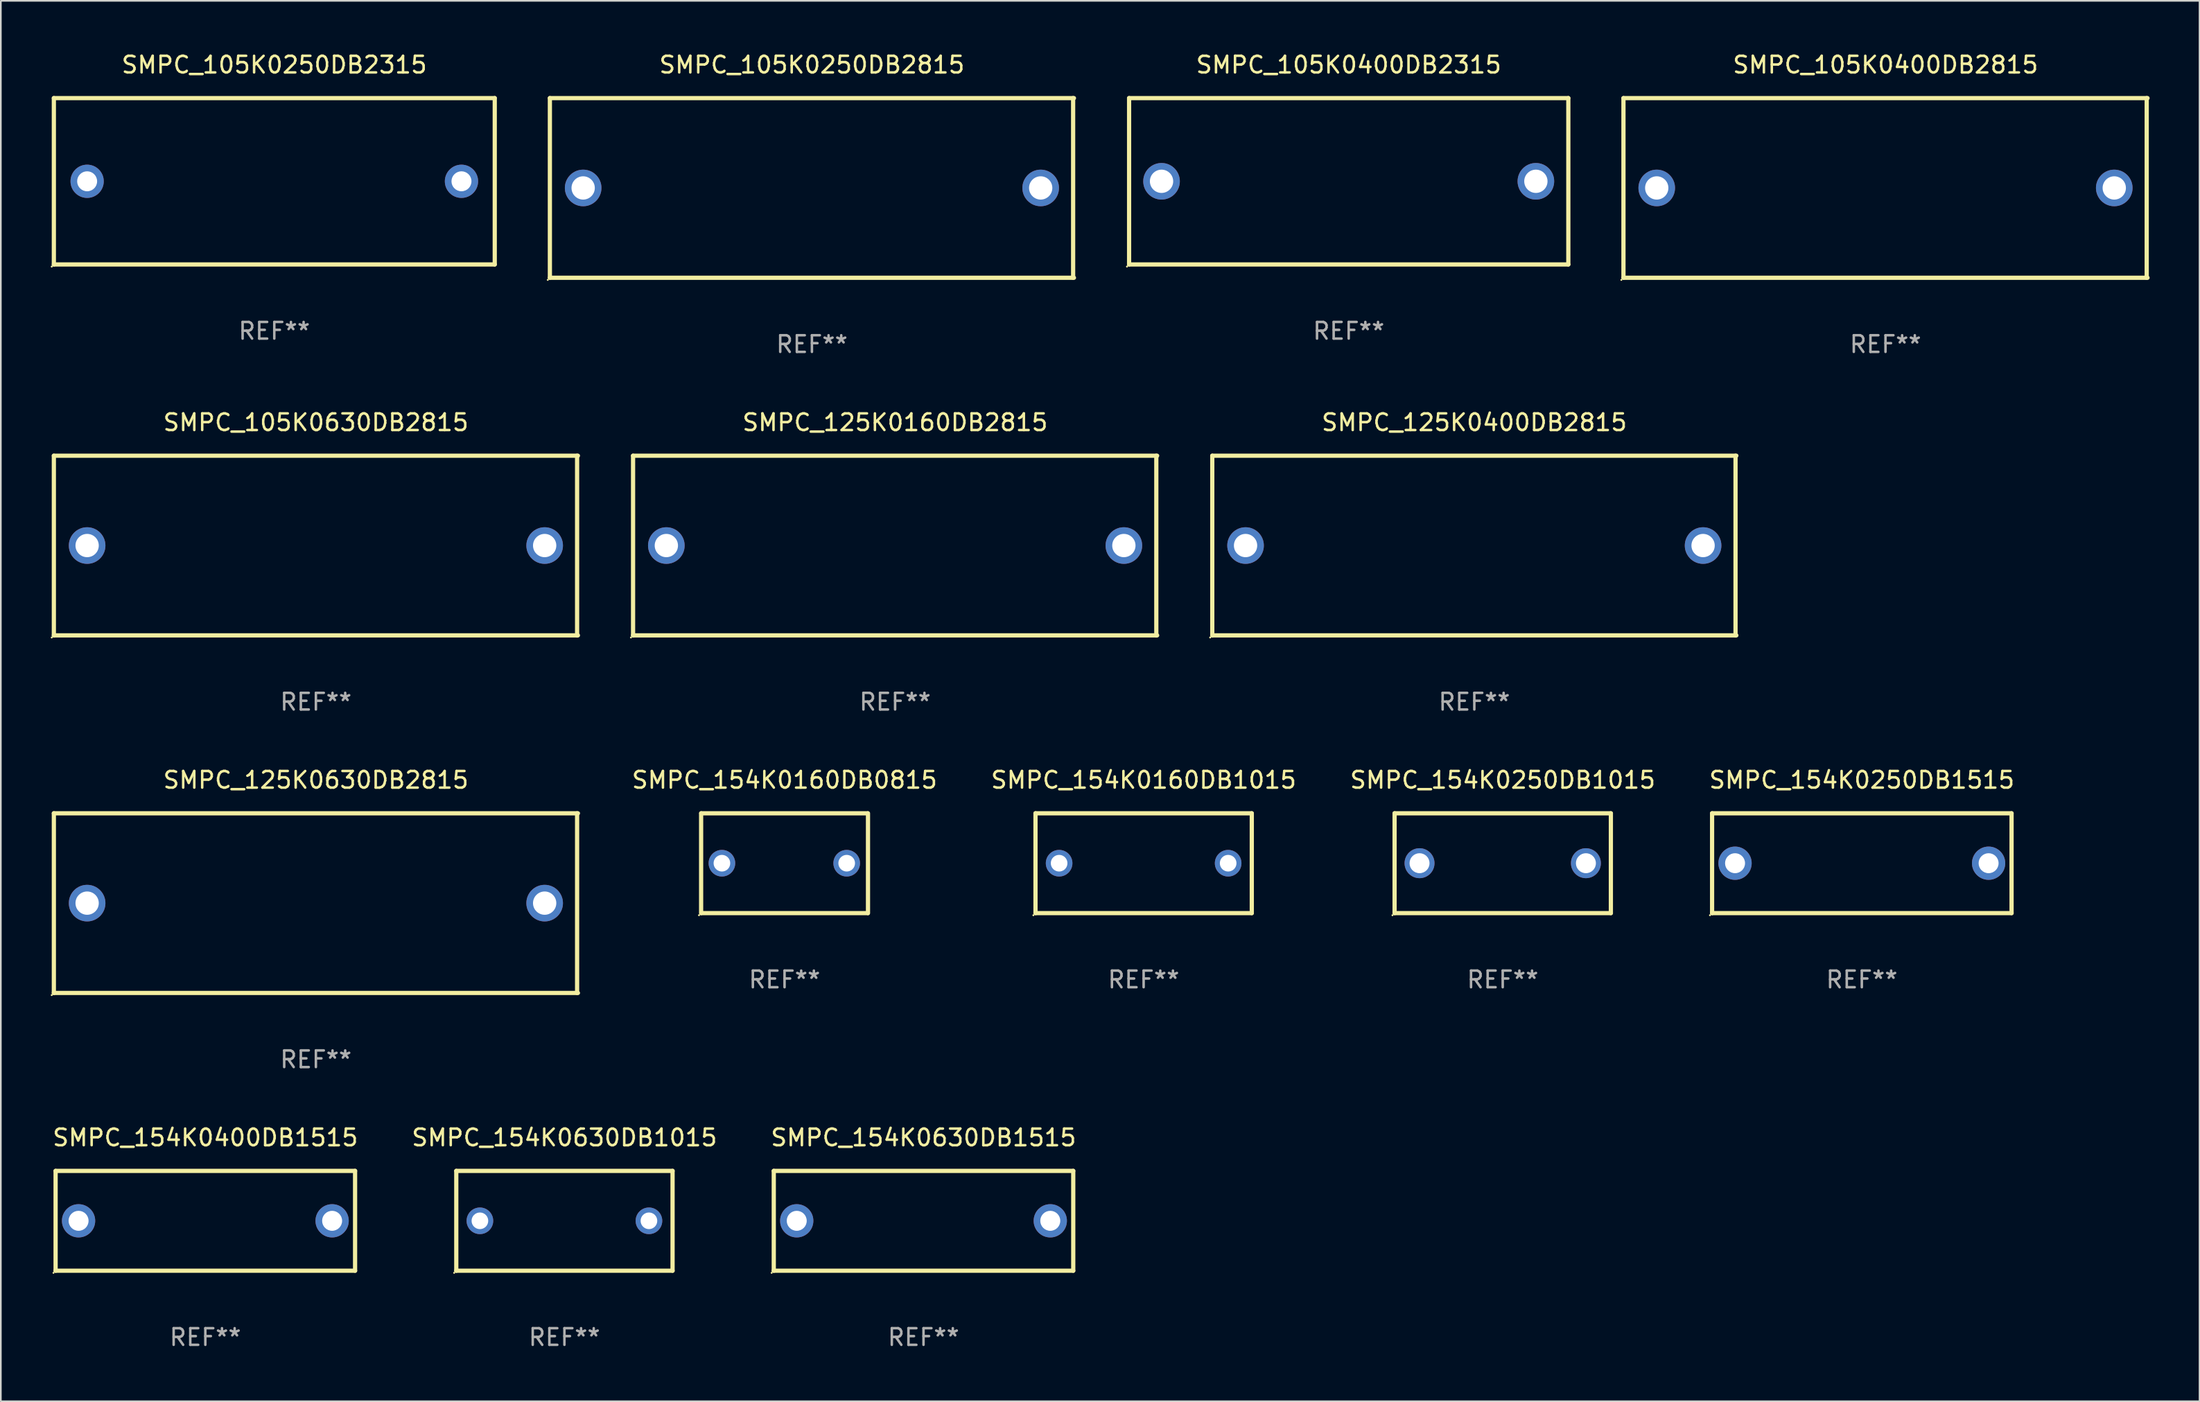
<source format=kicad_pcb>
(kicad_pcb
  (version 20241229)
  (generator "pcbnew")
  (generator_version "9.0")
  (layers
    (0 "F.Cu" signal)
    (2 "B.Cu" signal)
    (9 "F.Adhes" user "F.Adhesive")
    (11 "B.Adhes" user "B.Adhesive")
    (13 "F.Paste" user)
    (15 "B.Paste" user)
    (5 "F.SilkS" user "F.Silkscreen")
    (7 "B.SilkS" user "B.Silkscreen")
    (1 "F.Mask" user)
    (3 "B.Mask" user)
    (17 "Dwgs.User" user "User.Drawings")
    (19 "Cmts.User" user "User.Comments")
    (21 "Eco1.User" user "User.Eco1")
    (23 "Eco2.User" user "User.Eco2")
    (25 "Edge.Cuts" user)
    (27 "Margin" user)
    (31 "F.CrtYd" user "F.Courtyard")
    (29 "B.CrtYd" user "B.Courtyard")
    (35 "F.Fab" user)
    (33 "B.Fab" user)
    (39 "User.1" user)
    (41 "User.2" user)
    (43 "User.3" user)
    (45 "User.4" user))
  (footprint "SMPC_154K0400DB1515"
    (layer "F.Cu")
    (at 9.292 70.338)
    (property "Reference" "SMPC_154K0400DB1515" (at 0 -5 0) (layer "F.SilkS") (effects (font (size 1 1) (thickness 0.15))))
    (attr through_hole)
    (fp_line (start -9 -3) (end 9 -3) (stroke (width 0.254) (type solid)) (layer "F.SilkS"))
    (fp_line (start -9 3) (end -9 -3) (stroke (width 0.254) (type solid)) (layer "F.SilkS"))
    (fp_line (start 9 -3) (end 9 3) (stroke (width 0.254) (type solid)) (layer "F.SilkS"))
    (fp_line (start 9 3) (end -9 3) (stroke (width 0.254) (type solid)) (layer "F.SilkS"))
    (fp_circle (center -9.127 3.127) (end -9.097 3.127) (stroke (width 0.06) (type solid)) (fill no) (layer "F.SilkS"))
    (fp_text user "REF**" (at 0 7 0) (layer "F.Fab") (effects (font (size 1 1) (thickness 0.15))))
    (pad "1" thru_hole circle (at -7.62 0) (size 2 2) (drill 1.2) (layers "*.Cu" "*.Mask"))
    (pad "2" thru_hole circle (at 7.62 0) (size 2 2) (drill 1.2) (layers "*.Cu" "*.Mask")))
  (footprint "SMPC_105K0250DB2815"
    (layer "F.Cu")
    (at 45.751 8.248)
    (property "Reference" "SMPC_105K0250DB2815" (at 0 -7.4 0) (layer "F.SilkS") (effects (font (size 1 1) (thickness 0.15))))
    (attr through_hole)
    (fp_line (start -15.75 -5.4) (end 15.75 -5.4) (stroke (width 0.254) (type solid)) (layer "F.SilkS"))
    (fp_line (start -15.75 5.4) (end -15.75 -5.4) (stroke (width 0.254) (type solid)) (layer "F.SilkS"))
    (fp_line (start 15.7 -5.4) (end 15.7 5.4) (stroke (width 0.254) (type solid)) (layer "F.SilkS"))
    (fp_line (start 15.75 5.4) (end -15.75 5.4) (stroke (width 0.254) (type solid)) (layer "F.SilkS"))
    (fp_circle (center -15.877 5.527) (end -15.847 5.527) (stroke (width 0.06) (type solid)) (fill no) (layer "F.SilkS"))
    (fp_text user "REF**" (at 0 9.4 0) (layer "F.Fab") (effects (font (size 1 1) (thickness 0.15))))
    (pad "1" thru_hole circle (at -13.75 0) (size 2.2 2.2) (drill 1.4) (layers "*.Cu" "*.Mask"))
    (pad "2" thru_hole circle (at 13.75 0) (size 2.2 2.2) (drill 1.4) (layers "*.Cu" "*.Mask")))
  (footprint "SMPC_125K0160DB2815"
    (layer "F.Cu")
    (at 50.751 29.745)
    (property "Reference" "SMPC_125K0160DB2815" (at 0 -7.4 0) (layer "F.SilkS") (effects (font (size 1 1) (thickness 0.15))))
    (attr through_hole)
    (fp_line (start -15.75 -5.4) (end 15.75 -5.4) (stroke (width 0.254) (type solid)) (layer "F.SilkS"))
    (fp_line (start -15.75 5.4) (end -15.75 -5.4) (stroke (width 0.254) (type solid)) (layer "F.SilkS"))
    (fp_line (start 15.7 -5.4) (end 15.7 5.4) (stroke (width 0.254) (type solid)) (layer "F.SilkS"))
    (fp_line (start 15.75 5.4) (end -15.75 5.4) (stroke (width 0.254) (type solid)) (layer "F.SilkS"))
    (fp_circle (center -15.877 5.527) (end -15.847 5.527) (stroke (width 0.06) (type solid)) (fill no) (layer "F.SilkS"))
    (fp_text user "REF**" (at 0 9.4 0) (layer "F.Fab") (effects (font (size 1 1) (thickness 0.15))))
    (pad "1" thru_hole circle (at -13.75 0) (size 2.2 2.2) (drill 1.4) (layers "*.Cu" "*.Mask"))
    (pad "2" thru_hole circle (at 13.75 0) (size 2.2 2.2) (drill 1.4) (layers "*.Cu" "*.Mask")))
  (footprint "SMPC_125K0400DB2815"
    (layer "F.Cu")
    (at 85.565 29.745)
    (property "Reference" "SMPC_125K0400DB2815" (at 0 -7.4 0) (layer "F.SilkS") (effects (font (size 1 1) (thickness 0.15))))
    (attr through_hole)
    (fp_line (start -15.75 -5.4) (end 15.75 -5.4) (stroke (width 0.254) (type solid)) (layer "F.SilkS"))
    (fp_line (start -15.75 5.4) (end -15.75 -5.4) (stroke (width 0.254) (type solid)) (layer "F.SilkS"))
    (fp_line (start 15.7 -5.4) (end 15.7 5.4) (stroke (width 0.254) (type solid)) (layer "F.SilkS"))
    (fp_line (start 15.75 5.4) (end -15.75 5.4) (stroke (width 0.254) (type solid)) (layer "F.SilkS"))
    (fp_circle (center -15.877 5.527) (end -15.847 5.527) (stroke (width 0.06) (type solid)) (fill no) (layer "F.SilkS"))
    (fp_text user "REF**" (at 0 9.4 0) (layer "F.Fab") (effects (font (size 1 1) (thickness 0.15))))
    (pad "1" thru_hole circle (at -13.75 0) (size 2.2 2.2) (drill 1.4) (layers "*.Cu" "*.Mask"))
    (pad "2" thru_hole circle (at 13.75 0) (size 2.2 2.2) (drill 1.4) (layers "*.Cu" "*.Mask")))
  (footprint "SMPC_105K0630DB2815"
    (layer "F.Cu")
    (at 15.937 29.745)
    (property "Reference" "SMPC_105K0630DB2815" (at 0 -7.4 0) (layer "F.SilkS") (effects (font (size 1 1) (thickness 0.15))))
    (attr through_hole)
    (fp_line (start -15.75 -5.4) (end 15.75 -5.4) (stroke (width 0.254) (type solid)) (layer "F.SilkS"))
    (fp_line (start -15.75 5.4) (end -15.75 -5.4) (stroke (width 0.254) (type solid)) (layer "F.SilkS"))
    (fp_line (start 15.7 -5.4) (end 15.7 5.4) (stroke (width 0.254) (type solid)) (layer "F.SilkS"))
    (fp_line (start 15.75 5.4) (end -15.75 5.4) (stroke (width 0.254) (type solid)) (layer "F.SilkS"))
    (fp_circle (center -15.877 5.527) (end -15.847 5.527) (stroke (width 0.06) (type solid)) (fill no) (layer "F.SilkS"))
    (fp_text user "REF**" (at 0 9.4 0) (layer "F.Fab") (effects (font (size 1 1) (thickness 0.15))))
    (pad "1" thru_hole circle (at -13.75 0) (size 2.2 2.2) (drill 1.4) (layers "*.Cu" "*.Mask"))
    (pad "2" thru_hole circle (at 13.75 0) (size 2.2 2.2) (drill 1.4) (layers "*.Cu" "*.Mask")))
  (footprint "SMPC_105K0400DB2315"
    (layer "F.Cu")
    (at 78.015 7.848)
    (property "Reference" "SMPC_105K0400DB2315" (at 0 -7 0) (layer "F.SilkS") (effects (font (size 1 1) (thickness 0.15))))
    (attr through_hole)
    (fp_line (start -13.2 -5) (end 13.2 -5) (stroke (width 0.254) (type solid)) (layer "F.SilkS"))
    (fp_line (start -13.2 5) (end -13.2 -5) (stroke (width 0.254) (type solid)) (layer "F.SilkS"))
    (fp_line (start 13.2 -5) (end 13.2 5) (stroke (width 0.254) (type solid)) (layer "F.SilkS"))
    (fp_line (start 13.2 5) (end -13.2 5) (stroke (width 0.254) (type solid)) (layer "F.SilkS"))
    (fp_circle (center -13.327 5.127) (end -13.297 5.127) (stroke (width 0.06) (type solid)) (fill no) (layer "F.SilkS"))
    (fp_text user "REF**" (at 0 9 0) (layer "F.Fab") (effects (font (size 1 1) (thickness 0.15))))
    (pad "1" thru_hole circle (at -11.25 0) (size 2.2 2.2) (drill 1.4) (layers "*.Cu" "*.Mask"))
    (pad "2" thru_hole circle (at 11.25 0) (size 2.2 2.2) (drill 1.4) (layers "*.Cu" "*.Mask")))
  (footprint "SMPC_154K0250DB1015"
    (layer "F.Cu")
    (at 87.272 48.841)
    (property "Reference" "SMPC_154K0250DB1015" (at 0 -5 0) (layer "F.SilkS") (effects (font (size 1 1) (thickness 0.15))))
    (attr through_hole)
    (fp_line (start -6.5 -3) (end 6.5 -3) (stroke (width 0.254) (type solid)) (layer "F.SilkS"))
    (fp_line (start -6.5 3) (end -6.5 -3) (stroke (width 0.254) (type solid)) (layer "F.SilkS"))
    (fp_line (start -6.5 3) (end 6.5 3) (stroke (width 0.254) (type solid)) (layer "F.SilkS"))
    (fp_line (start 6.5 -3) (end 6.5 3) (stroke (width 0.254) (type solid)) (layer "F.SilkS"))
    (fp_circle (center -6.627 3.127) (end -6.597 3.127) (stroke (width 0.06) (type solid)) (fill no) (layer "F.SilkS"))
    (fp_text user "REF**" (at 0 7 0) (layer "F.Fab") (effects (font (size 1 1) (thickness 0.15))))
    (pad "1" thru_hole circle (at -5 0) (size 1.8 1.8) (drill 1.2) (layers "*.Cu" "*.Mask"))
    (pad "2" thru_hole circle (at 5 0) (size 1.8 1.8) (drill 1.2) (layers "*.Cu" "*.Mask")))
  (footprint "SMPC_105K0250DB2315"
    (layer "F.Cu")
    (at 13.437 7.848)
    (property "Reference" "SMPC_105K0250DB2315" (at 0 -7 0) (layer "F.SilkS") (effects (font (size 1 1) (thickness 0.15))))
    (attr through_hole)
    (fp_line (start -13.25 -5) (end 13.25 -5) (stroke (width 0.254) (type solid)) (layer "F.SilkS"))
    (fp_line (start -13.25 5) (end -13.25 -5) (stroke (width 0.254) (type solid)) (layer "F.SilkS"))
    (fp_line (start 13.25 -5) (end 13.25 5) (stroke (width 0.254) (type solid)) (layer "F.SilkS"))
    (fp_line (start 13.25 5) (end -13.25 5) (stroke (width 0.254) (type solid)) (layer "F.SilkS"))
    (fp_circle (center -13.377 5.127) (end -13.347 5.127) (stroke (width 0.06) (type solid)) (fill no) (layer "F.SilkS"))
    (fp_text user "REF**" (at 0 9 0) (layer "F.Fab") (effects (font (size 1 1) (thickness 0.15))))
    (pad "1" thru_hole circle (at -11.25 0) (size 2 2) (drill 1.2) (layers "*.Cu" "*.Mask"))
    (pad "2" thru_hole circle (at 11.25 0) (size 2 2) (drill 1.2) (layers "*.Cu" "*.Mask")))
  (footprint "SMPC_154K0160DB0815"
    (layer "F.Cu")
    (at 44.106 48.841)
    (property "Reference" "SMPC_154K0160DB0815" (at 0 -5 0) (layer "F.SilkS") (effects (font (size 1 1) (thickness 0.15))))
    (attr through_hole)
    (fp_line (start -5.015 3) (end -5.015 -3) (stroke (width 0.254) (type solid)) (layer "F.SilkS"))
    (fp_line (start -5.005 -3) (end 4.995 -3) (stroke (width 0.254) (type solid)) (layer "F.SilkS"))
    (fp_line (start 5.005 3) (end -4.995 3) (stroke (width 0.254) (type solid)) (layer "F.SilkS"))
    (fp_line (start 5.015 -3) (end 5.015 3) (stroke (width 0.254) (type solid)) (layer "F.SilkS"))
    (fp_circle (center -5.142 3.127) (end -5.112 3.127) (stroke (width 0.06) (type solid)) (fill no) (layer "F.SilkS"))
    (fp_text user "REF**" (at 0 7 0) (layer "F.Fab") (effects (font (size 1 1) (thickness 0.15))))
    (pad "1" thru_hole circle (at -3.765 0) (size 1.6 1.6) (drill 1) (layers "*.Cu" "*.Mask"))
    (pad "2" thru_hole circle (at 3.735 0) (size 1.6 1.6) (drill 1) (layers "*.Cu" "*.Mask")))
  (footprint "SMPC_154K0630DB1015"
    (layer "F.Cu")
    (at 30.875 70.338)
    (property "Reference" "SMPC_154K0630DB1015" (at 0 -5 0) (layer "F.SilkS") (effects (font (size 1 1) (thickness 0.15))))
    (attr through_hole)
    (fp_line (start -6.5 -3) (end 6.5 -3) (stroke (width 0.254) (type solid)) (layer "F.SilkS"))
    (fp_line (start -6.5 3) (end -6.5 -3) (stroke (width 0.254) (type solid)) (layer "F.SilkS"))
    (fp_line (start 6.5 -3) (end 6.5 3) (stroke (width 0.254) (type solid)) (layer "F.SilkS"))
    (fp_line (start 6.5 3) (end -6.5 3) (stroke (width 0.254) (type solid)) (layer "F.SilkS"))
    (fp_circle (center -6.627 3.127) (end -6.597 3.127) (stroke (width 0.06) (type solid)) (fill no) (layer "F.SilkS"))
    (fp_text user "REF**" (at 0 7 0) (layer "F.Fab") (effects (font (size 1 1) (thickness 0.15))))
    (pad "1" thru_hole circle (at -5.08 0) (size 1.6 1.6) (drill 1) (layers "*.Cu" "*.Mask"))
    (pad "2" thru_hole circle (at 5.08 0) (size 1.6 1.6) (drill 1) (layers "*.Cu" "*.Mask")))
  (footprint "SMPC_154K0250DB1515"
    (layer "F.Cu")
    (at 108.856 48.841)
    (property "Reference" "SMPC_154K0250DB1515" (at 0 -5 0) (layer "F.SilkS") (effects (font (size 1 1) (thickness 0.15))))
    (attr through_hole)
    (fp_line (start -9 -3) (end 9 -3) (stroke (width 0.254) (type solid)) (layer "F.SilkS"))
    (fp_line (start -9 3) (end -9 -3) (stroke (width 0.254) (type solid)) (layer "F.SilkS"))
    (fp_line (start 9 -3) (end 9 3) (stroke (width 0.254) (type solid)) (layer "F.SilkS"))
    (fp_line (start 9 3) (end -9 3) (stroke (width 0.254) (type solid)) (layer "F.SilkS"))
    (fp_circle (center -9.127 3.127) (end -9.097 3.127) (stroke (width 0.06) (type solid)) (fill no) (layer "F.SilkS"))
    (fp_text user "REF**" (at 0 7 0) (layer "F.Fab") (effects (font (size 1 1) (thickness 0.15))))
    (pad "1" thru_hole circle (at -7.62 0) (size 2 2) (drill 1.2) (layers "*.Cu" "*.Mask"))
    (pad "2" thru_hole circle (at 7.62 0) (size 2 2) (drill 1.2) (layers "*.Cu" "*.Mask")))
  (footprint "SMPC_154K0630DB1515"
    (layer "F.Cu")
    (at 52.458 70.338)
    (property "Reference" "SMPC_154K0630DB1515" (at 0 -5 0) (layer "F.SilkS") (effects (font (size 1 1) (thickness 0.15))))
    (attr through_hole)
    (fp_line (start -9 -3) (end 9 -3) (stroke (width 0.254) (type solid)) (layer "F.SilkS"))
    (fp_line (start -9 3) (end -9 -3) (stroke (width 0.254) (type solid)) (layer "F.SilkS"))
    (fp_line (start 9 -3) (end 9 3) (stroke (width 0.254) (type solid)) (layer "F.SilkS"))
    (fp_line (start 9 3) (end -9 3) (stroke (width 0.254) (type solid)) (layer "F.SilkS"))
    (fp_circle (center -9.127 3.127) (end -9.097 3.127) (stroke (width 0.06) (type solid)) (fill no) (layer "F.SilkS"))
    (fp_text user "REF**" (at 0 7 0) (layer "F.Fab") (effects (font (size 1 1) (thickness 0.15))))
    (pad "1" thru_hole circle (at -7.62 0) (size 2 2) (drill 1.2) (layers "*.Cu" "*.Mask"))
    (pad "2" thru_hole circle (at 7.62 0) (size 2 2) (drill 1.2) (layers "*.Cu" "*.Mask")))
  (footprint "SMPC_125K0630DB2815"
    (layer "F.Cu")
    (at 15.937 51.241)
    (property "Reference" "SMPC_125K0630DB2815" (at 0 -7.4 0) (layer "F.SilkS") (effects (font (size 1 1) (thickness 0.15))))
    (attr through_hole)
    (fp_line (start -15.75 -5.4) (end 15.75 -5.4) (stroke (width 0.254) (type solid)) (layer "F.SilkS"))
    (fp_line (start -15.75 5.4) (end -15.75 -5.4) (stroke (width 0.254) (type solid)) (layer "F.SilkS"))
    (fp_line (start 15.7 -5.4) (end 15.7 5.4) (stroke (width 0.254) (type solid)) (layer "F.SilkS"))
    (fp_line (start 15.75 5.4) (end -15.75 5.4) (stroke (width 0.254) (type solid)) (layer "F.SilkS"))
    (fp_circle (center -15.877 5.527) (end -15.847 5.527) (stroke (width 0.06) (type solid)) (fill no) (layer "F.SilkS"))
    (fp_text user "REF**" (at 0 9.4 0) (layer "F.Fab") (effects (font (size 1 1) (thickness 0.15))))
    (pad "1" thru_hole circle (at -13.75 0) (size 2.2 2.2) (drill 1.4) (layers "*.Cu" "*.Mask"))
    (pad "2" thru_hole circle (at 13.75 0) (size 2.2 2.2) (drill 1.4) (layers "*.Cu" "*.Mask")))
  (footprint "SMPC_154K0160DB1015"
    (layer "F.Cu")
    (at 65.689 48.841)
    (property "Reference" "SMPC_154K0160DB1015" (at 0 -5 0) (layer "F.SilkS") (effects (font (size 1 1) (thickness 0.15))))
    (attr through_hole)
    (fp_line (start -6.5 -3) (end 6.5 -3) (stroke (width 0.254) (type solid)) (layer "F.SilkS"))
    (fp_line (start -6.5 3) (end -6.5 -3) (stroke (width 0.254) (type solid)) (layer "F.SilkS"))
    (fp_line (start 6.5 -3) (end 6.5 3) (stroke (width 0.254) (type solid)) (layer "F.SilkS"))
    (fp_line (start 6.5 3) (end -6.5 3) (stroke (width 0.254) (type solid)) (layer "F.SilkS"))
    (fp_circle (center -6.627 3.127) (end -6.597 3.127) (stroke (width 0.06) (type solid)) (fill no) (layer "F.SilkS"))
    (fp_text user "REF**" (at 0 7 0) (layer "F.Fab") (effects (font (size 1 1) (thickness 0.15))))
    (pad "1" thru_hole circle (at -5.08 0) (size 1.6 1.6) (drill 1) (layers "*.Cu" "*.Mask"))
    (pad "2" thru_hole circle (at 5.08 0) (size 1.6 1.6) (drill 1) (layers "*.Cu" "*.Mask")))
  (footprint "SMPC_105K0400DB2815"
    (layer "F.Cu")
    (at 110.279 8.248)
    (property "Reference" "SMPC_105K0400DB2815" (at 0 -7.4 0) (layer "F.SilkS") (effects (font (size 1 1) (thickness 0.15))))
    (attr through_hole)
    (fp_line (start -15.75 -5.4) (end 15.75 -5.4) (stroke (width 0.254) (type solid)) (layer "F.SilkS"))
    (fp_line (start -15.75 5.4) (end -15.75 -5.4) (stroke (width 0.254) (type solid)) (layer "F.SilkS"))
    (fp_line (start 15.7 -5.4) (end 15.7 5.4) (stroke (width 0.254) (type solid)) (layer "F.SilkS"))
    (fp_line (start 15.75 5.4) (end -15.75 5.4) (stroke (width 0.254) (type solid)) (layer "F.SilkS"))
    (fp_circle (center -15.877 5.527) (end -15.847 5.527) (stroke (width 0.06) (type solid)) (fill no) (layer "F.SilkS"))
    (fp_text user "REF**" (at 0 9.4 0) (layer "F.Fab") (effects (font (size 1 1) (thickness 0.15))))
    (pad "1" thru_hole circle (at -13.75 0) (size 2.2 2.2) (drill 1.4) (layers "*.Cu" "*.Mask"))
    (pad "2" thru_hole circle (at 13.75 0) (size 2.2 2.2) (drill 1.4) (layers "*.Cu" "*.Mask")))
  (gr_rect
    (start -3 -3)
    (end 129.156 81.186)
    (stroke (width 0.1) (type default))
    (fill no)
    (layer "Edge.Cuts")))
</source>
